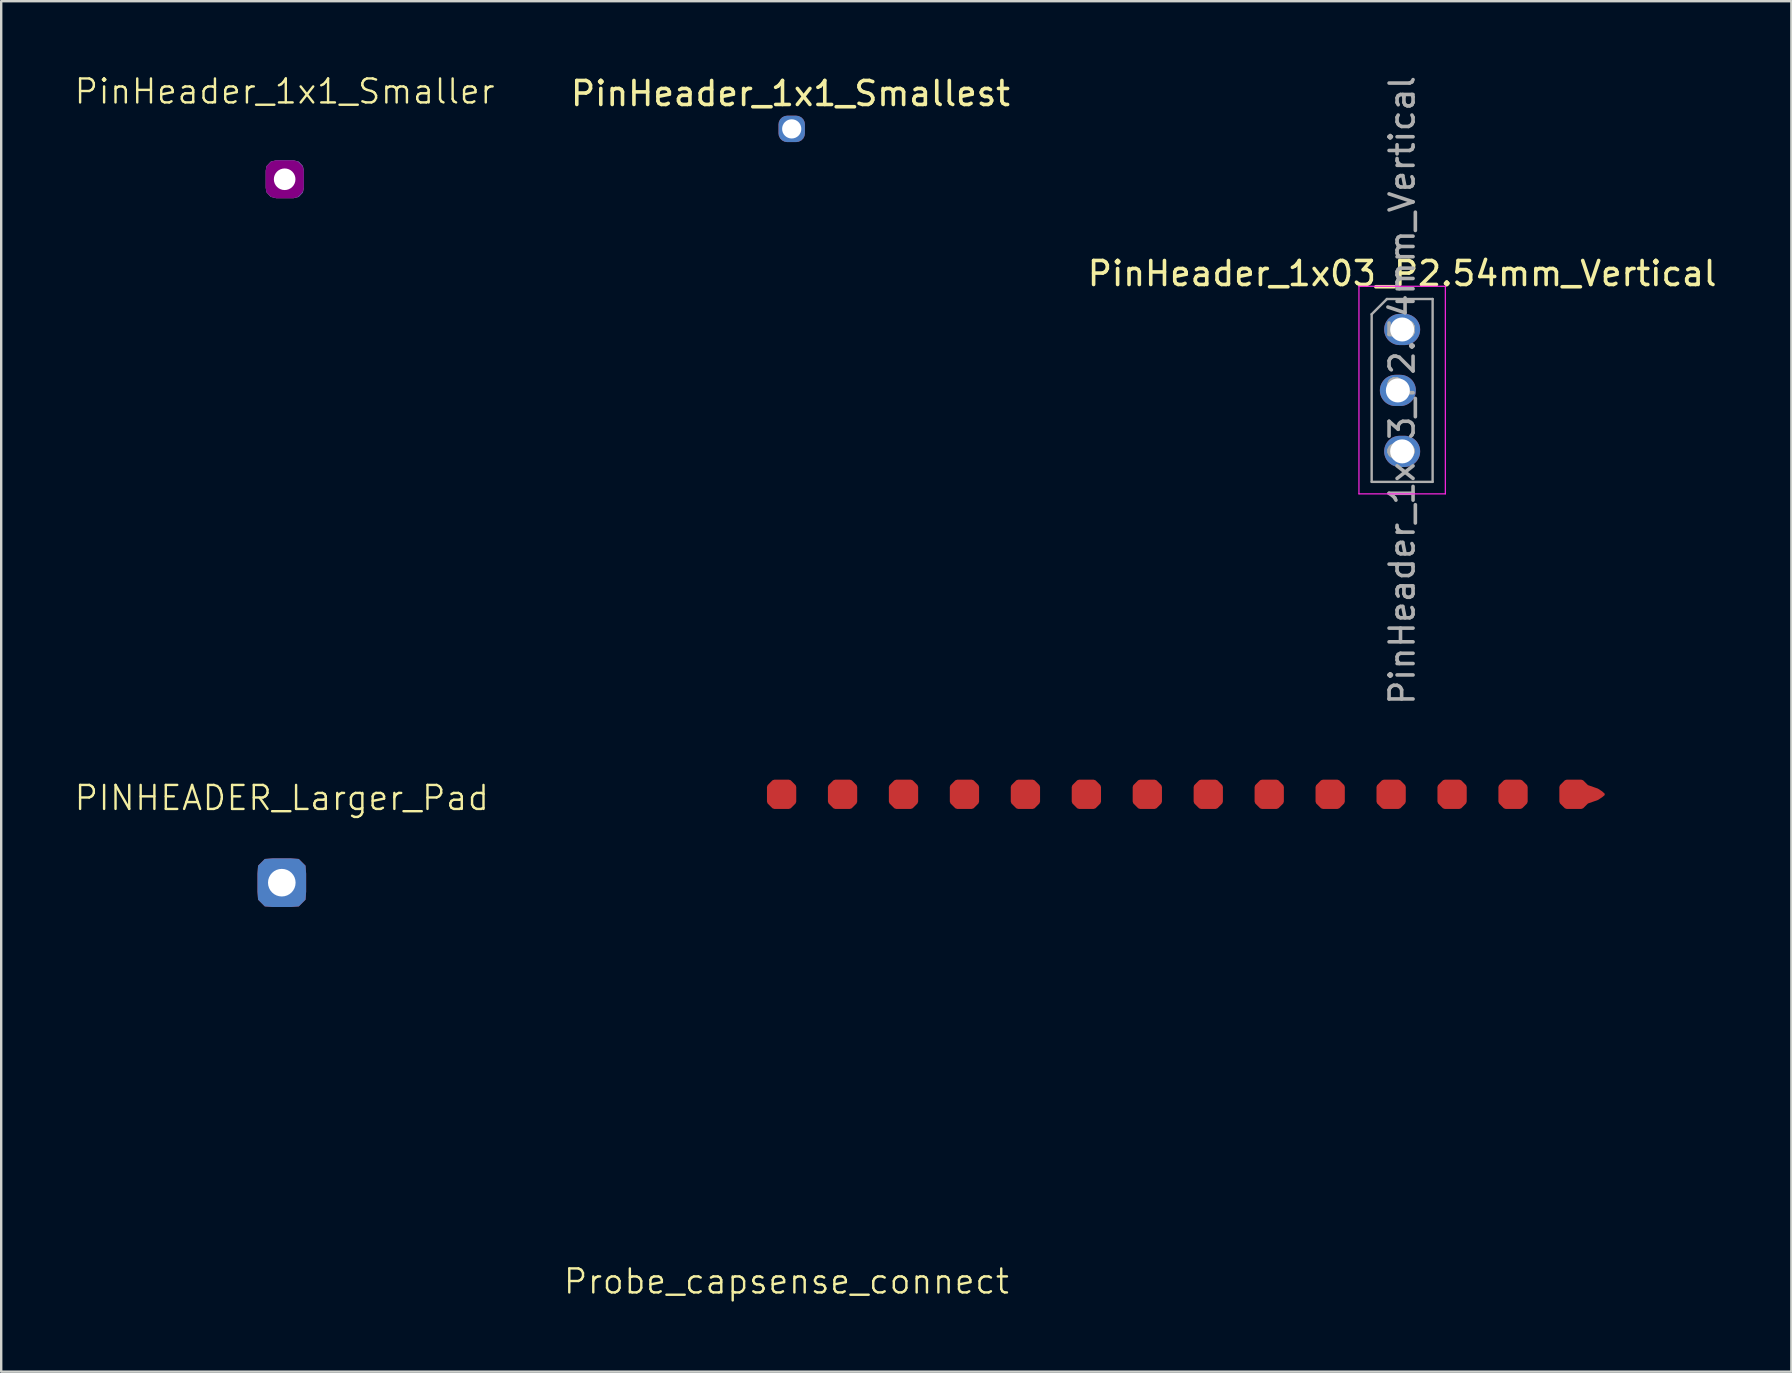
<source format=kicad_pcb>
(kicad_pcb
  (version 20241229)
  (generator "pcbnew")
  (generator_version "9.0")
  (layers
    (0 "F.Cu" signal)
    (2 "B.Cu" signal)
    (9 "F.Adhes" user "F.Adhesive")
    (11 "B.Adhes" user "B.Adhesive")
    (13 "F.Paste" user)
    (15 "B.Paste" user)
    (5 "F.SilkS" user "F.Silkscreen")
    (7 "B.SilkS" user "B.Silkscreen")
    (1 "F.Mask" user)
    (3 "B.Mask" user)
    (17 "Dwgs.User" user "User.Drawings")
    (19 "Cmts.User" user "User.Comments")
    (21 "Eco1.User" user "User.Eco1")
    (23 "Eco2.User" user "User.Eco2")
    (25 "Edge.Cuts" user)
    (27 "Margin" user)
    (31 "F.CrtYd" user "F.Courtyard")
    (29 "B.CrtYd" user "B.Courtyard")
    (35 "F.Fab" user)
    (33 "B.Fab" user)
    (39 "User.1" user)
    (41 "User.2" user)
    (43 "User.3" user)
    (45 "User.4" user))
  (footprint "Probe_capsense_connect"
    (layer "F.Cu")
    (at 29.521 30.05)
    (property "Reference" "Probe_capsense_connect" (at 0.2 20.3 0) (unlocked yes) (layer "F.SilkS") (effects (font (size 1 1) (thickness 0.1))))
    (attr smd)
    (pad "1" smd custom (at 33.02 0) (size 1.2 1.2) (layers "F.Cu" "F.Mask") (options (anchor circle)) (primitives (gr_poly (pts (xy -0.6 -0.3) (xy -0.3 -0.6) (xy 0.3 -0.6) (xy 0.6 -0.3) (xy 0.6 0.3) (xy 0.3 0.6) (xy -0.3 0.6) (xy -0.6 0.3)) (width 0) (fill yes)) (gr_poly (pts (xy -0.3 -0.6) (xy -0.375 -0.575) (xy -0.575 -0.375) (xy -0.6 -0.3) (xy -0.6 0.3) (xy -0.575 0.375) (xy -0.375 0.575) (xy -0.3 0.6) (xy 0.3 0.6) (xy 0.375 0.575) (xy 0.575 0.375) (xy 0.991 0.229) (xy 1.168 0.114) (xy 1.27 0.028) (xy 1.27 0) (xy 1.27 -0.021) (xy 1.168 -0.114) (xy 0.991 -0.229) (xy 0.575 -0.375) (xy 0.375 -0.575) (xy 0.3 -0.6)) (width 0.02) (fill yes))))
    (pad "2" smd custom (at 0 0) (size 1.2 1.2) (layers "F.Cu" "F.Mask") (options (anchor circle)) (primitives (gr_poly (pts (xy -0.6 -0.3) (xy -0.3 -0.6) (xy 0.3 -0.6) (xy 0.6 -0.3) (xy 0.6 0.3) (xy 0.3 0.6) (xy -0.3 0.6) (xy -0.6 0.3)) (width 0) (fill yes)) (gr_poly (pts (xy -0.3 -0.6) (xy -0.375 -0.575) (xy -0.575 -0.375) (xy -0.6 -0.3) (xy -0.6 0.3) (xy -0.575 0.375) (xy -0.375 0.575) (xy -0.3 0.6) (xy 0.3 0.6) (xy 0.375 0.575) (xy 0.575 0.375) (xy 0.6 0.3) (xy 0.6 -0.3) (xy 0.575 -0.375) (xy 0.375 -0.575) (xy 0.3 -0.6)) (width 0.02) (fill yes))))
    (pad "3" smd custom (at 2.54 0) (size 1.2 1.2) (layers "F.Cu" "F.Mask") (options (anchor circle)) (primitives (gr_poly (pts (xy -0.6 -0.3) (xy -0.3 -0.6) (xy 0.3 -0.6) (xy 0.6 -0.3) (xy 0.6 0.3) (xy 0.3 0.6) (xy -0.3 0.6) (xy -0.6 0.3)) (width 0) (fill yes)) (gr_poly (pts (xy -0.3 -0.6) (xy -0.375 -0.575) (xy -0.575 -0.375) (xy -0.6 -0.3) (xy -0.6 0.3) (xy -0.575 0.375) (xy -0.375 0.575) (xy -0.3 0.6) (xy 0.3 0.6) (xy 0.375 0.575) (xy 0.575 0.375) (xy 0.6 0.3) (xy 0.6 -0.3) (xy 0.575 -0.375) (xy 0.375 -0.575) (xy 0.3 -0.6)) (width 0.02) (fill yes))))
    (pad "4" smd custom (at 5.08 0) (size 1.2 1.2) (layers "F.Cu" "F.Mask") (options (anchor circle)) (primitives (gr_poly (pts (xy -0.6 -0.3) (xy -0.3 -0.6) (xy 0.3 -0.6) (xy 0.6 -0.3) (xy 0.6 0.3) (xy 0.3 0.6) (xy -0.3 0.6) (xy -0.6 0.3)) (width 0) (fill yes)) (gr_poly (pts (xy -0.3 -0.6) (xy -0.375 -0.575) (xy -0.575 -0.375) (xy -0.6 -0.3) (xy -0.6 0.3) (xy -0.575 0.375) (xy -0.375 0.575) (xy -0.3 0.6) (xy 0.3 0.6) (xy 0.375 0.575) (xy 0.575 0.375) (xy 0.6 0.3) (xy 0.6 -0.3) (xy 0.575 -0.375) (xy 0.375 -0.575) (xy 0.3 -0.6)) (width 0.02) (fill yes))))
    (pad "5" smd custom (at 7.62 0) (size 1.2 1.2) (layers "F.Cu" "F.Mask") (options (anchor circle)) (primitives (gr_poly (pts (xy -0.6 -0.3) (xy -0.3 -0.6) (xy 0.3 -0.6) (xy 0.6 -0.3) (xy 0.6 0.3) (xy 0.3 0.6) (xy -0.3 0.6) (xy -0.6 0.3)) (width 0) (fill yes)) (gr_poly (pts (xy -0.3 -0.6) (xy -0.375 -0.575) (xy -0.575 -0.375) (xy -0.6 -0.3) (xy -0.6 0.3) (xy -0.575 0.375) (xy -0.375 0.575) (xy -0.3 0.6) (xy 0.3 0.6) (xy 0.375 0.575) (xy 0.575 0.375) (xy 0.6 0.3) (xy 0.6 -0.3) (xy 0.575 -0.375) (xy 0.375 -0.575) (xy 0.3 -0.6)) (width 0.02) (fill yes))))
    (pad "6" smd custom (at 10.16 0) (size 1.2 1.2) (layers "F.Cu" "F.Mask") (options (anchor circle)) (primitives (gr_poly (pts (xy -0.6 -0.3) (xy -0.3 -0.6) (xy 0.3 -0.6) (xy 0.6 -0.3) (xy 0.6 0.3) (xy 0.3 0.6) (xy -0.3 0.6) (xy -0.6 0.3)) (width 0) (fill yes)) (gr_poly (pts (xy -0.3 -0.6) (xy -0.375 -0.575) (xy -0.575 -0.375) (xy -0.6 -0.3) (xy -0.6 0.3) (xy -0.575 0.375) (xy -0.375 0.575) (xy -0.3 0.6) (xy 0.3 0.6) (xy 0.375 0.575) (xy 0.575 0.375) (xy 0.6 0.3) (xy 0.6 -0.3) (xy 0.575 -0.375) (xy 0.375 -0.575) (xy 0.3 -0.6)) (width 0.02) (fill yes))))
    (pad "7" smd custom (at 12.7 0) (size 1.2 1.2) (layers "F.Cu" "F.Mask") (options (anchor circle)) (primitives (gr_poly (pts (xy -0.6 -0.3) (xy -0.3 -0.6) (xy 0.3 -0.6) (xy 0.6 -0.3) (xy 0.6 0.3) (xy 0.3 0.6) (xy -0.3 0.6) (xy -0.6 0.3)) (width 0) (fill yes)) (gr_poly (pts (xy -0.3 -0.6) (xy -0.375 -0.575) (xy -0.575 -0.375) (xy -0.6 -0.3) (xy -0.6 0.3) (xy -0.575 0.375) (xy -0.375 0.575) (xy -0.3 0.6) (xy 0.3 0.6) (xy 0.375 0.575) (xy 0.575 0.375) (xy 0.6 0.3) (xy 0.6 -0.3) (xy 0.575 -0.375) (xy 0.375 -0.575) (xy 0.3 -0.6)) (width 0.02) (fill yes))))
    (pad "8" smd custom (at 15.24 0) (size 1.2 1.2) (layers "F.Cu" "F.Mask") (options (anchor circle)) (primitives (gr_poly (pts (xy -0.6 -0.3) (xy -0.3 -0.6) (xy 0.3 -0.6) (xy 0.6 -0.3) (xy 0.6 0.3) (xy 0.3 0.6) (xy -0.3 0.6) (xy -0.6 0.3)) (width 0) (fill yes)) (gr_poly (pts (xy -0.3 -0.6) (xy -0.375 -0.575) (xy -0.575 -0.375) (xy -0.6 -0.3) (xy -0.6 0.3) (xy -0.575 0.375) (xy -0.375 0.575) (xy -0.3 0.6) (xy 0.3 0.6) (xy 0.375 0.575) (xy 0.575 0.375) (xy 0.6 0.3) (xy 0.6 -0.3) (xy 0.575 -0.375) (xy 0.375 -0.575) (xy 0.3 -0.6)) (width 0.02) (fill yes))))
    (pad "9" smd custom (at 17.78 0) (size 1.2 1.2) (layers "F.Cu" "F.Mask") (options (anchor circle)) (primitives (gr_poly (pts (xy -0.6 -0.3) (xy -0.3 -0.6) (xy 0.3 -0.6) (xy 0.6 -0.3) (xy 0.6 0.3) (xy 0.3 0.6) (xy -0.3 0.6) (xy -0.6 0.3)) (width 0) (fill yes)) (gr_poly (pts (xy -0.3 -0.6) (xy -0.375 -0.575) (xy -0.575 -0.375) (xy -0.6 -0.3) (xy -0.6 0.3) (xy -0.575 0.375) (xy -0.375 0.575) (xy -0.3 0.6) (xy 0.3 0.6) (xy 0.375 0.575) (xy 0.575 0.375) (xy 0.6 0.3) (xy 0.6 -0.3) (xy 0.575 -0.375) (xy 0.375 -0.575) (xy 0.3 -0.6)) (width 0.02) (fill yes))))
    (pad "10" smd custom (at 20.32 0) (size 1.2 1.2) (layers "F.Cu" "F.Mask") (options (anchor circle)) (primitives (gr_poly (pts (xy -0.6 -0.3) (xy -0.3 -0.6) (xy 0.3 -0.6) (xy 0.6 -0.3) (xy 0.6 0.3) (xy 0.3 0.6) (xy -0.3 0.6) (xy -0.6 0.3)) (width 0) (fill yes)) (gr_poly (pts (xy -0.3 -0.6) (xy -0.375 -0.575) (xy -0.575 -0.375) (xy -0.6 -0.3) (xy -0.6 0.3) (xy -0.575 0.375) (xy -0.375 0.575) (xy -0.3 0.6) (xy 0.3 0.6) (xy 0.375 0.575) (xy 0.575 0.375) (xy 0.6 0.3) (xy 0.6 -0.3) (xy 0.575 -0.375) (xy 0.375 -0.575) (xy 0.3 -0.6)) (width 0.02) (fill yes))))
    (pad "11" smd custom (at 22.86 0) (size 1.2 1.2) (layers "F.Cu" "F.Mask") (options (anchor circle)) (primitives (gr_poly (pts (xy -0.6 -0.3) (xy -0.3 -0.6) (xy 0.3 -0.6) (xy 0.6 -0.3) (xy 0.6 0.3) (xy 0.3 0.6) (xy -0.3 0.6) (xy -0.6 0.3)) (width 0) (fill yes)) (gr_poly (pts (xy -0.3 -0.6) (xy -0.375 -0.575) (xy -0.575 -0.375) (xy -0.6 -0.3) (xy -0.6 0.3) (xy -0.575 0.375) (xy -0.375 0.575) (xy -0.3 0.6) (xy 0.3 0.6) (xy 0.375 0.575) (xy 0.575 0.375) (xy 0.6 0.3) (xy 0.6 -0.3) (xy 0.575 -0.375) (xy 0.375 -0.575) (xy 0.3 -0.6)) (width 0.02) (fill yes))))
    (pad "12" smd custom (at 25.4 0) (size 1.2 1.2) (layers "F.Cu" "F.Mask") (options (anchor circle)) (primitives (gr_poly (pts (xy -0.6 -0.3) (xy -0.3 -0.6) (xy 0.3 -0.6) (xy 0.6 -0.3) (xy 0.6 0.3) (xy 0.3 0.6) (xy -0.3 0.6) (xy -0.6 0.3)) (width 0) (fill yes)) (gr_poly (pts (xy -0.3 -0.6) (xy -0.375 -0.575) (xy -0.575 -0.375) (xy -0.6 -0.3) (xy -0.6 0.3) (xy -0.575 0.375) (xy -0.375 0.575) (xy -0.3 0.6) (xy 0.3 0.6) (xy 0.375 0.575) (xy 0.575 0.375) (xy 0.6 0.3) (xy 0.6 -0.3) (xy 0.575 -0.375) (xy 0.375 -0.575) (xy 0.3 -0.6)) (width 0.02) (fill yes))))
    (pad "13" smd custom (at 27.94 0) (size 1.2 1.2) (layers "F.Cu" "F.Mask") (options (anchor circle)) (primitives (gr_poly (pts (xy -0.6 -0.3) (xy -0.3 -0.6) (xy 0.3 -0.6) (xy 0.6 -0.3) (xy 0.6 0.3) (xy 0.3 0.6) (xy -0.3 0.6) (xy -0.6 0.3)) (width 0) (fill yes)) (gr_poly (pts (xy -0.3 -0.6) (xy -0.375 -0.575) (xy -0.575 -0.375) (xy -0.6 -0.3) (xy -0.6 0.3) (xy -0.575 0.375) (xy -0.375 0.575) (xy -0.3 0.6) (xy 0.3 0.6) (xy 0.375 0.575) (xy 0.575 0.375) (xy 0.6 0.3) (xy 0.6 -0.3) (xy 0.575 -0.375) (xy 0.375 -0.575) (xy 0.3 -0.6)) (width 0.02) (fill yes))))
    (pad "14" smd custom (at 30.48 0) (size 1.2 1.2) (layers "F.Cu" "F.Mask") (options (anchor circle)) (primitives (gr_poly (pts (xy -0.6 -0.3) (xy -0.3 -0.6) (xy 0.3 -0.6) (xy 0.6 -0.3) (xy 0.6 0.3) (xy 0.3 0.6) (xy -0.3 0.6) (xy -0.6 0.3)) (width 0) (fill yes)) (gr_poly (pts (xy -0.3 -0.6) (xy -0.375 -0.575) (xy -0.575 -0.375) (xy -0.6 -0.3) (xy -0.6 0.3) (xy -0.575 0.375) (xy -0.375 0.575) (xy -0.3 0.6) (xy 0.3 0.6) (xy 0.375 0.575) (xy 0.575 0.375) (xy 0.6 0.3) (xy 0.6 -0.3) (xy 0.575 -0.375) (xy 0.375 -0.575) (xy 0.3 -0.6)) (width 0.02) (fill yes)))))
  (footprint "PinHeader_1x1_Smallest"
    (layer "F.Cu")
    (at 29.942 2.321)
    (property "Reference" "PinHeader_1x1_Smallest" (at -0.051 -1.473 0) (unlocked yes) (layer "F.SilkS") (effects (font (size 1 1) (thickness 0.15))))
    (attr smd)
    (pad "1" thru_hole roundrect (at 0 0) (size 1.1 1.1) (drill 0.8) (layers "*.Cu" "*.Mask") (roundrect_rratio 0.33)))
  (footprint "PINHEADER_Larger_Pad"
    (layer "F.Cu")
    (at 8.693 33.733)
    (property "Reference" "PINHEADER_Larger_Pad" (at 0 -3.532 0) (unlocked yes) (layer "F.SilkS") (effects (font (size 1 1) (thickness 0.1))))
    (attr smd)
    (pad "1" thru_hole custom (at 0 0) (size 1.5 1.5) (drill 1.15) (layers "*.Cu" "*.Mask") (options (anchor circle)) (primitives (gr_poly (pts (xy -0.75 -0.375) (xy -0.375 -0.75) (xy 0.375 -0.75) (xy 0.75 -0.375) (xy 0.75 0.375) (xy 0.375 0.75) (xy -0.375 0.75) (xy -0.75 0.375)) (width 0) (fill yes)) (gr_poly (pts (xy -0.375 -1.004) (xy -0.704 -0.979) (xy -0.979 -0.704) (xy -1.004 -0.375) (xy -1.004 0.375) (xy -0.979 0.704) (xy -0.704 0.979) (xy -0.375 1.004) (xy 0.375 1.004) (xy 0.704 0.979) (xy 0.979 0.704) (xy 1.004 0.375) (xy 1.004 -0.375) (xy 0.979 -0.704) (xy 0.704 -0.979) (xy 0.375 -1.004)) (width 0.02) (fill yes)))))
  (footprint "PinHeader_1x1_Smaller"
    (layer "F.Cu")
    (at 8.812 4.42)
    (property "Reference" "PinHeader_1x1_Smaller" (at 0 -3.659 0) (unlocked yes) (layer "F.SilkS") (effects (font (size 1 1) (thickness 0.1))))
    (attr smd)
    (fp_poly (pts (xy -0.754 -0.356) (xy -0.721 -0.529) (xy -0.546 -0.704) (xy -0.348 -0.754) (xy 0.364 -0.754) (xy 0.537 -0.704) (xy 0.712 -0.529) (xy 0.762 -0.356) (xy 0.762 0.356) (xy 0.712 0.529) (xy 0.537 0.704) (xy 0.364 0.754) (xy -0.348 0.754) (xy -0.546 0.704) (xy -0.721 0.529) (xy -0.754 0.356)) (stroke (width 0.07) (type solid)) (fill yes) (layer "F.Adhes"))
    (pad "1" thru_hole custom (at 0 0) (size 1 1) (drill 0.9) (layers "*.Cu" "*.Mask") (options (anchor circle)) (primitives (gr_poly (pts (xy 0.567 -0.704) (xy 0.729 -0.533) (xy 0.762 -0.356) (xy 0.762 0.356) (xy 0.729 0.533) (xy 0.567 0.704) (xy 0.364 0.754) (xy -0.348 0.754) (xy -0.559 0.704) (xy -0.721 0.533) (xy -0.754 0.356) (xy -0.754 -0.356) (xy -0.721 -0.533) (xy -0.559 -0.704) (xy -0.348 -0.754) (xy 0.364 -0.754)) (width 0.07) (fill yes)))))
  (footprint "PinHeader_1x03_P2.54mm_Vertical"
    (layer "F.Cu")
    (at 55.38 10.68)
    (property "Reference" "PinHeader_1x03_P2.54mm_Vertical" (at 0 -2.33 180) (layer "F.SilkS") (effects (font (size 1 1) (thickness 0.15))))
    (attr through_hole)
    (fp_line (start -1.8 -1.8) (end -1.8 6.85) (stroke (width 0.05) (type solid)) (layer "F.CrtYd"))
    (fp_line (start -1.8 6.85) (end 1.8 6.85) (stroke (width 0.05) (type solid)) (layer "F.CrtYd"))
    (fp_line (start 1.8 -1.8) (end -1.8 -1.8) (stroke (width 0.05) (type solid)) (layer "F.CrtYd"))
    (fp_line (start 1.8 6.85) (end 1.8 -1.8) (stroke (width 0.05) (type solid)) (layer "F.CrtYd"))
    (fp_line (start -1.27 -0.635) (end -0.635 -1.27) (stroke (width 0.1) (type solid)) (layer "F.Fab"))
    (fp_line (start -1.27 6.35) (end -1.27 -0.635) (stroke (width 0.1) (type solid)) (layer "F.Fab"))
    (fp_line (start -0.635 -1.27) (end 1.27 -1.27) (stroke (width 0.1) (type solid)) (layer "F.Fab"))
    (fp_line (start 1.27 -1.27) (end 1.27 6.35) (stroke (width 0.1) (type solid)) (layer "F.Fab"))
    (fp_line (start 1.27 6.35) (end -1.27 6.35) (stroke (width 0.1) (type solid)) (layer "F.Fab"))
    (fp_text user "${REFERENCE}" (at 0 2.54 270) (layer "F.Fab") (effects (font (size 1 1) (thickness 0.15))))
    (pad "1" thru_hole oval (at 0 0) (size 1.5 1.3) (drill 1) (layers "*.Cu" "*.Mask"))
    (pad "2" thru_hole oval (at -0.178 2.54) (size 1.5 1.3) (drill 1) (layers "*.Cu" "*.Mask"))
    (pad "3" thru_hole oval (at 0 5.08) (size 1.5 1.3) (drill 1) (layers "*.Cu" "*.Mask")))
  (gr_rect
    (start -3 -3)
    (end 71.6 54.111)
    (stroke (width 0.1) (type default))
    (fill no)
    (layer "Edge.Cuts")))
</source>
